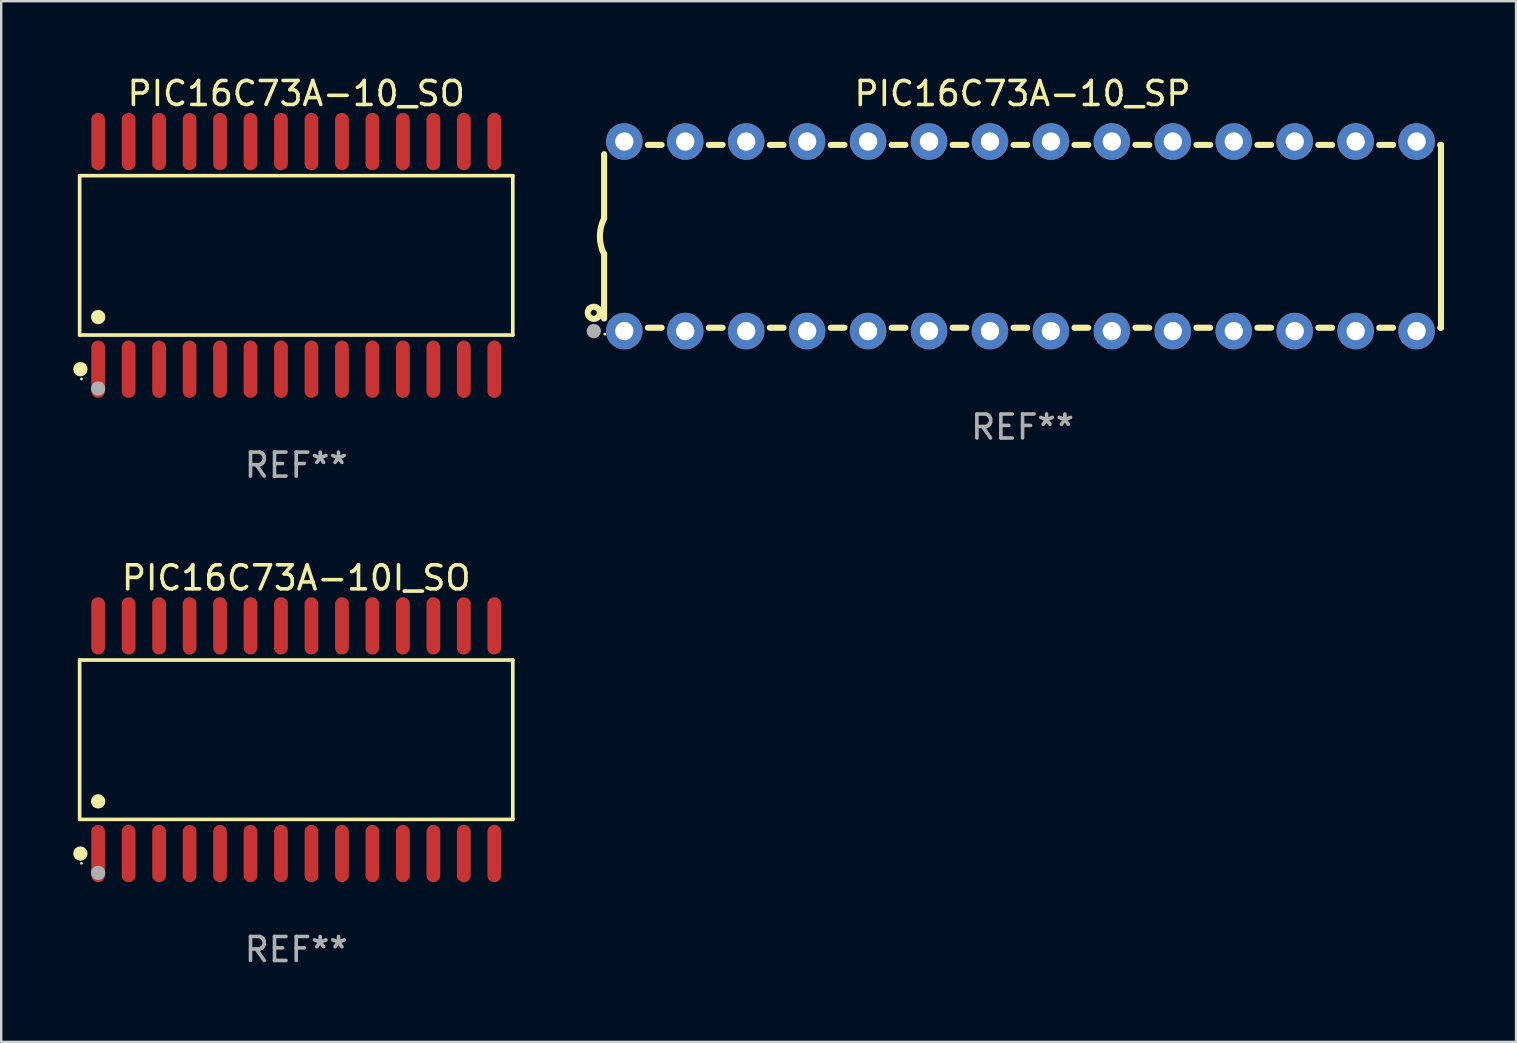
<source format=kicad_pcb>
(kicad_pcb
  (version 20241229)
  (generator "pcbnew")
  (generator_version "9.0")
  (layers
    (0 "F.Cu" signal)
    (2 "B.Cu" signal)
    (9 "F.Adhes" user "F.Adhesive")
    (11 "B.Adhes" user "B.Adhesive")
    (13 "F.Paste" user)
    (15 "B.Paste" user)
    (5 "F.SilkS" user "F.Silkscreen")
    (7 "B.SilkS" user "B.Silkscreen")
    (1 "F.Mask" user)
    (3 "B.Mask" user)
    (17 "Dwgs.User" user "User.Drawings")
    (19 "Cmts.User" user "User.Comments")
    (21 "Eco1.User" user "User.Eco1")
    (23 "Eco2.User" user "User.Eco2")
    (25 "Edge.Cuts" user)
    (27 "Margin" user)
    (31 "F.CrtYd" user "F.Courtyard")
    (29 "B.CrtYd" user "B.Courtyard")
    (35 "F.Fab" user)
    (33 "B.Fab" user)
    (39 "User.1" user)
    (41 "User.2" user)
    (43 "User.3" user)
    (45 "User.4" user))
  (footprint "PIC16C73A-10_SO"
    (layer "F.Cu")
    (at 9.295 7.592)
    (property "Reference" "PIC16C73A-10_SO" (at 0 -6.744 0) (layer "F.SilkS") (effects (font (size 1 1) (thickness 0.15))))
    (attr through_hole)
    (fp_line (start -9.026 -3.321) (end 9.026 -3.321) (stroke (width 0.152) (type solid)) (layer "F.SilkS"))
    (fp_line (start -9.026 3.321) (end -9.026 -3.321) (stroke (width 0.152) (type solid)) (layer "F.SilkS"))
    (fp_line (start 9.026 -3.321) (end 9.026 3.321) (stroke (width 0.152) (type solid)) (layer "F.SilkS"))
    (fp_line (start 9.026 3.321) (end -9.026 3.321) (stroke (width 0.152) (type solid)) (layer "F.SilkS"))
    (fp_circle (center -8.994 4.744) (end -8.844 4.744) (stroke (width 0.3) (type solid)) (fill no) (layer "F.SilkS"))
    (fp_circle (center -8.95 5.15) (end -8.92 5.15) (stroke (width 0.06) (type solid)) (fill no) (layer "F.SilkS"))
    (fp_circle (center -8.255 2.569) (end -8.105 2.569) (stroke (width 0.3) (type solid)) (fill no) (layer "F.SilkS"))
    (fp_circle (center -8.255 5.55) (end -8.105 5.55) (stroke (width 0.3) (type solid)) (fill no) (layer "F.Fab"))
    (fp_text user "REF**" (at 0 8.744 0) (layer "F.Fab") (effects (font (size 1 1) (thickness 0.15))))
    (pad "1" smd oval (at -8.255 4.744) (size 0.574 2.388) (layers "F.Cu" "F.Mask" "F.Paste"))
    (pad "2" smd oval (at -6.985 4.744) (size 0.574 2.388) (layers "F.Cu" "F.Mask" "F.Paste"))
    (pad "3" smd oval (at -5.715 4.744) (size 0.574 2.388) (layers "F.Cu" "F.Mask" "F.Paste"))
    (pad "4" smd oval (at -4.445 4.744) (size 0.574 2.388) (layers "F.Cu" "F.Mask" "F.Paste"))
    (pad "5" smd oval (at -3.175 4.744) (size 0.574 2.388) (layers "F.Cu" "F.Mask" "F.Paste"))
    (pad "6" smd oval (at -1.905 4.744) (size 0.574 2.388) (layers "F.Cu" "F.Mask" "F.Paste"))
    (pad "7" smd oval (at -0.635 4.744) (size 0.574 2.388) (layers "F.Cu" "F.Mask" "F.Paste"))
    (pad "8" smd oval (at 0.635 4.744) (size 0.574 2.388) (layers "F.Cu" "F.Mask" "F.Paste"))
    (pad "9" smd oval (at 1.905 4.744) (size 0.574 2.388) (layers "F.Cu" "F.Mask" "F.Paste"))
    (pad "10" smd oval (at 3.175 4.744) (size 0.574 2.388) (layers "F.Cu" "F.Mask" "F.Paste"))
    (pad "11" smd oval (at 4.445 4.744) (size 0.574 2.388) (layers "F.Cu" "F.Mask" "F.Paste"))
    (pad "12" smd oval (at 5.715 4.744) (size 0.574 2.388) (layers "F.Cu" "F.Mask" "F.Paste"))
    (pad "13" smd oval (at 6.985 4.744) (size 0.574 2.388) (layers "F.Cu" "F.Mask" "F.Paste"))
    (pad "14" smd oval (at 8.255 4.744) (size 0.574 2.388) (layers "F.Cu" "F.Mask" "F.Paste"))
    (pad "15" smd oval (at 8.255 -4.744) (size 0.574 2.388) (layers "F.Cu" "F.Mask" "F.Paste"))
    (pad "16" smd oval (at 6.985 -4.744) (size 0.574 2.388) (layers "F.Cu" "F.Mask" "F.Paste"))
    (pad "17" smd oval (at 5.715 -4.744) (size 0.574 2.388) (layers "F.Cu" "F.Mask" "F.Paste"))
    (pad "18" smd oval (at 4.445 -4.744) (size 0.574 2.388) (layers "F.Cu" "F.Mask" "F.Paste"))
    (pad "19" smd oval (at 3.175 -4.744) (size 0.574 2.388) (layers "F.Cu" "F.Mask" "F.Paste"))
    (pad "20" smd oval (at 1.905 -4.744) (size 0.574 2.388) (layers "F.Cu" "F.Mask" "F.Paste"))
    (pad "21" smd oval (at 0.635 -4.744) (size 0.574 2.388) (layers "F.Cu" "F.Mask" "F.Paste"))
    (pad "22" smd oval (at -0.635 -4.744) (size 0.574 2.388) (layers "F.Cu" "F.Mask" "F.Paste"))
    (pad "23" smd oval (at -1.905 -4.744) (size 0.574 2.388) (layers "F.Cu" "F.Mask" "F.Paste"))
    (pad "24" smd oval (at -3.175 -4.744) (size 0.574 2.388) (layers "F.Cu" "F.Mask" "F.Paste"))
    (pad "25" smd oval (at -4.445 -4.744) (size 0.574 2.388) (layers "F.Cu" "F.Mask" "F.Paste"))
    (pad "26" smd oval (at -5.715 -4.744) (size 0.574 2.388) (layers "F.Cu" "F.Mask" "F.Paste"))
    (pad "27" smd oval (at -6.985 -4.744) (size 0.574 2.388) (layers "F.Cu" "F.Mask" "F.Paste"))
    (pad "28" smd oval (at -8.255 -4.744) (size 0.574 2.388) (layers "F.Cu" "F.Mask" "F.Paste")))
  (footprint "PIC16C73A-10I_SO"
    (layer "F.Cu")
    (at 9.295 27.777)
    (property "Reference" "PIC16C73A-10I_SO" (at 0 -6.744 0) (layer "F.SilkS") (effects (font (size 1 1) (thickness 0.15))))
    (attr through_hole)
    (fp_line (start -9.026 -3.321) (end 9.026 -3.321) (stroke (width 0.152) (type solid)) (layer "F.SilkS"))
    (fp_line (start -9.026 3.321) (end -9.026 -3.321) (stroke (width 0.152) (type solid)) (layer "F.SilkS"))
    (fp_line (start 9.026 -3.321) (end 9.026 3.321) (stroke (width 0.152) (type solid)) (layer "F.SilkS"))
    (fp_line (start 9.026 3.321) (end -9.026 3.321) (stroke (width 0.152) (type solid)) (layer "F.SilkS"))
    (fp_circle (center -8.994 4.744) (end -8.844 4.744) (stroke (width 0.3) (type solid)) (fill no) (layer "F.SilkS"))
    (fp_circle (center -8.95 5.15) (end -8.92 5.15) (stroke (width 0.06) (type solid)) (fill no) (layer "F.SilkS"))
    (fp_circle (center -8.255 2.569) (end -8.105 2.569) (stroke (width 0.3) (type solid)) (fill no) (layer "F.SilkS"))
    (fp_circle (center -8.255 5.55) (end -8.105 5.55) (stroke (width 0.3) (type solid)) (fill no) (layer "F.Fab"))
    (fp_text user "REF**" (at 0 8.744 0) (layer "F.Fab") (effects (font (size 1 1) (thickness 0.15))))
    (pad "1" smd oval (at -8.255 4.744) (size 0.574 2.388) (layers "F.Cu" "F.Mask" "F.Paste"))
    (pad "2" smd oval (at -6.985 4.744) (size 0.574 2.388) (layers "F.Cu" "F.Mask" "F.Paste"))
    (pad "3" smd oval (at -5.715 4.744) (size 0.574 2.388) (layers "F.Cu" "F.Mask" "F.Paste"))
    (pad "4" smd oval (at -4.445 4.744) (size 0.574 2.388) (layers "F.Cu" "F.Mask" "F.Paste"))
    (pad "5" smd oval (at -3.175 4.744) (size 0.574 2.388) (layers "F.Cu" "F.Mask" "F.Paste"))
    (pad "6" smd oval (at -1.905 4.744) (size 0.574 2.388) (layers "F.Cu" "F.Mask" "F.Paste"))
    (pad "7" smd oval (at -0.635 4.744) (size 0.574 2.388) (layers "F.Cu" "F.Mask" "F.Paste"))
    (pad "8" smd oval (at 0.635 4.744) (size 0.574 2.388) (layers "F.Cu" "F.Mask" "F.Paste"))
    (pad "9" smd oval (at 1.905 4.744) (size 0.574 2.388) (layers "F.Cu" "F.Mask" "F.Paste"))
    (pad "10" smd oval (at 3.175 4.744) (size 0.574 2.388) (layers "F.Cu" "F.Mask" "F.Paste"))
    (pad "11" smd oval (at 4.445 4.744) (size 0.574 2.388) (layers "F.Cu" "F.Mask" "F.Paste"))
    (pad "12" smd oval (at 5.715 4.744) (size 0.574 2.388) (layers "F.Cu" "F.Mask" "F.Paste"))
    (pad "13" smd oval (at 6.985 4.744) (size 0.574 2.388) (layers "F.Cu" "F.Mask" "F.Paste"))
    (pad "14" smd oval (at 8.255 4.744) (size 0.574 2.388) (layers "F.Cu" "F.Mask" "F.Paste"))
    (pad "15" smd oval (at 8.255 -4.744) (size 0.574 2.388) (layers "F.Cu" "F.Mask" "F.Paste"))
    (pad "16" smd oval (at 6.985 -4.744) (size 0.574 2.388) (layers "F.Cu" "F.Mask" "F.Paste"))
    (pad "17" smd oval (at 5.715 -4.744) (size 0.574 2.388) (layers "F.Cu" "F.Mask" "F.Paste"))
    (pad "18" smd oval (at 4.445 -4.744) (size 0.574 2.388) (layers "F.Cu" "F.Mask" "F.Paste"))
    (pad "19" smd oval (at 3.175 -4.744) (size 0.574 2.388) (layers "F.Cu" "F.Mask" "F.Paste"))
    (pad "20" smd oval (at 1.905 -4.744) (size 0.574 2.388) (layers "F.Cu" "F.Mask" "F.Paste"))
    (pad "21" smd oval (at 0.635 -4.744) (size 0.574 2.388) (layers "F.Cu" "F.Mask" "F.Paste"))
    (pad "22" smd oval (at -0.635 -4.744) (size 0.574 2.388) (layers "F.Cu" "F.Mask" "F.Paste"))
    (pad "23" smd oval (at -1.905 -4.744) (size 0.574 2.388) (layers "F.Cu" "F.Mask" "F.Paste"))
    (pad "24" smd oval (at -3.175 -4.744) (size 0.574 2.388) (layers "F.Cu" "F.Mask" "F.Paste"))
    (pad "25" smd oval (at -4.445 -4.744) (size 0.574 2.388) (layers "F.Cu" "F.Mask" "F.Paste"))
    (pad "26" smd oval (at -5.715 -4.744) (size 0.574 2.388) (layers "F.Cu" "F.Mask" "F.Paste"))
    (pad "27" smd oval (at -6.985 -4.744) (size 0.574 2.388) (layers "F.Cu" "F.Mask" "F.Paste"))
    (pad "28" smd oval (at -8.255 -4.744) (size 0.574 2.388) (layers "F.Cu" "F.Mask" "F.Paste")))
  (footprint "PIC16C73A-10_SP"
    (layer "F.Cu")
    (at 39.565 6.798)
    (property "Reference" "PIC16C73A-10_SP" (at 0 -5.95 0) (layer "F.SilkS") (effects (font (size 1 1) (thickness 0.15))))
    (attr through_hole)
    (fp_line (start -17.438 0.75) (end -17.438 3.423) (stroke (width 0.254) (type solid)) (layer "F.SilkS"))
    (fp_line (start -17.438 -3.423) (end -17.438 -0.75) (stroke (width 0.254) (type solid)) (layer "F.SilkS"))
    (fp_line (start -15.615 3.81) (end -15.041 3.81) (stroke (width 0.254) (type solid)) (layer "F.SilkS"))
    (fp_line (start -15.041 -3.81) (end -15.614 -3.81) (stroke (width 0.254) (type solid)) (layer "F.SilkS"))
    (fp_line (start -13.075 3.81) (end -12.501 3.81) (stroke (width 0.254) (type solid)) (layer "F.SilkS"))
    (fp_line (start -12.501 -3.81) (end -13.074 -3.81) (stroke (width 0.254) (type solid)) (layer "F.SilkS"))
    (fp_line (start -10.535 3.81) (end -9.961 3.81) (stroke (width 0.254) (type solid)) (layer "F.SilkS"))
    (fp_line (start -9.961 -3.81) (end -10.534 -3.81) (stroke (width 0.254) (type solid)) (layer "F.SilkS"))
    (fp_line (start -7.995 3.81) (end -7.421 3.81) (stroke (width 0.254) (type solid)) (layer "F.SilkS"))
    (fp_line (start -7.421 -3.81) (end -7.995 -3.81) (stroke (width 0.254) (type solid)) (layer "F.SilkS"))
    (fp_line (start -5.455 3.81) (end -4.881 3.81) (stroke (width 0.254) (type solid)) (layer "F.SilkS"))
    (fp_line (start -4.881 -3.81) (end -5.455 -3.81) (stroke (width 0.254) (type solid)) (layer "F.SilkS"))
    (fp_line (start -2.915 3.81) (end -2.341 3.81) (stroke (width 0.254) (type solid)) (layer "F.SilkS"))
    (fp_line (start -2.341 -3.81) (end -2.915 -3.81) (stroke (width 0.254) (type solid)) (layer "F.SilkS"))
    (fp_line (start -0.375 3.81) (end 0.199 3.81) (stroke (width 0.254) (type solid)) (layer "F.SilkS"))
    (fp_line (start 0.199 -3.81) (end -0.375 -3.81) (stroke (width 0.254) (type solid)) (layer "F.SilkS"))
    (fp_line (start 2.165 3.81) (end 2.739 3.81) (stroke (width 0.254) (type solid)) (layer "F.SilkS"))
    (fp_line (start 2.739 -3.81) (end 2.165 -3.81) (stroke (width 0.254) (type solid)) (layer "F.SilkS"))
    (fp_line (start 4.705 3.81) (end 5.279 3.81) (stroke (width 0.254) (type solid)) (layer "F.SilkS"))
    (fp_line (start 5.279 -3.81) (end 4.705 -3.81) (stroke (width 0.254) (type solid)) (layer "F.SilkS"))
    (fp_line (start 7.245 3.81) (end 7.819 3.81) (stroke (width 0.254) (type solid)) (layer "F.SilkS"))
    (fp_line (start 7.819 -3.81) (end 7.245 -3.81) (stroke (width 0.254) (type solid)) (layer "F.SilkS"))
    (fp_line (start 9.785 3.81) (end 10.359 3.81) (stroke (width 0.254) (type solid)) (layer "F.SilkS"))
    (fp_line (start 10.359 -3.81) (end 9.785 -3.81) (stroke (width 0.254) (type solid)) (layer "F.SilkS"))
    (fp_line (start 12.325 3.81) (end 12.899 3.81) (stroke (width 0.254) (type solid)) (layer "F.SilkS"))
    (fp_line (start 12.899 -3.81) (end 12.325 -3.81) (stroke (width 0.254) (type solid)) (layer "F.SilkS"))
    (fp_line (start 14.865 3.81) (end 15.439 3.81) (stroke (width 0.254) (type solid)) (layer "F.SilkS"))
    (fp_line (start 15.439 -3.81) (end 14.865 -3.81) (stroke (width 0.254) (type solid)) (layer "F.SilkS"))
    (fp_line (start 17.405 3.81) (end 17.438 3.81) (stroke (width 0.254) (type solid)) (layer "F.SilkS"))
    (fp_line (start 17.438 -3.81) (end 17.405 -3.81) (stroke (width 0.254) (type solid)) (layer "F.SilkS"))
    (fp_line (start 17.438 -3.556) (end 17.438 -3.81) (stroke (width 0.254) (type solid)) (layer "F.SilkS"))
    (fp_line (start 17.438 3.81) (end 17.438 -3.556) (stroke (width 0.254) (type solid)) (layer "F.SilkS"))
    (fp_arc (start -17.437986 0.749657) (mid -17.614887 -0.000024) (end -17.437783 -0.749657) (stroke (width 0.254001) (type solid)) (layer "F.SilkS"))
    (fp_circle (center -17.868 3.188) (end -17.743 3.188) (stroke (width 0.254) (type solid)) (fill no) (layer "F.SilkS"))
    (fp_circle (center -17.411 4.077) (end -17.381 4.077) (stroke (width 0.06) (type solid)) (fill no) (layer "F.SilkS"))
    (fp_circle (center -17.868 3.95) (end -17.718 3.95) (stroke (width 0.3) (type solid)) (fill no) (layer "F.Fab"))
    (fp_text user "REF**" (at 0 7.95 0) (layer "F.Fab") (effects (font (size 1 1) (thickness 0.15))))
    (pad "1" thru_hole circle (at -16.598 3.95) (size 1.524 1.524) (drill 0.762) (layers "*.Cu" "*.Mask"))
    (pad "2" thru_hole circle (at -14.058 3.95) (size 1.524 1.524) (drill 0.762) (layers "*.Cu" "*.Mask"))
    (pad "3" thru_hole circle (at -11.518 3.95) (size 1.524 1.524) (drill 0.762) (layers "*.Cu" "*.Mask"))
    (pad "4" thru_hole circle (at -8.978 3.95) (size 1.524 1.524) (drill 0.762) (layers "*.Cu" "*.Mask"))
    (pad "5" thru_hole circle (at -6.438 3.95) (size 1.524 1.524) (drill 0.762) (layers "*.Cu" "*.Mask"))
    (pad "6" thru_hole circle (at -3.898 3.95) (size 1.524 1.524) (drill 0.762) (layers "*.Cu" "*.Mask"))
    (pad "7" thru_hole circle (at -1.358 3.95) (size 1.524 1.524) (drill 0.762) (layers "*.Cu" "*.Mask"))
    (pad "8" thru_hole circle (at 1.182 3.95) (size 1.524 1.524) (drill 0.762) (layers "*.Cu" "*.Mask"))
    (pad "9" thru_hole circle (at 3.722 3.95) (size 1.524 1.524) (drill 0.762) (layers "*.Cu" "*.Mask"))
    (pad "10" thru_hole circle (at 6.262 3.95) (size 1.524 1.524) (drill 0.762) (layers "*.Cu" "*.Mask"))
    (pad "11" thru_hole circle (at 8.802 3.95) (size 1.524 1.524) (drill 0.762) (layers "*.Cu" "*.Mask"))
    (pad "12" thru_hole circle (at 11.342 3.95) (size 1.524 1.524) (drill 0.762) (layers "*.Cu" "*.Mask"))
    (pad "13" thru_hole circle (at 13.882 3.95) (size 1.524 1.524) (drill 0.762) (layers "*.Cu" "*.Mask"))
    (pad "14" thru_hole circle (at 16.422 3.95) (size 1.524 1.524) (drill 0.762) (layers "*.Cu" "*.Mask"))
    (pad "15" thru_hole circle (at 16.422 -3.95) (size 1.524 1.524) (drill 0.762) (layers "*.Cu" "*.Mask"))
    (pad "16" thru_hole circle (at 13.882 -3.95) (size 1.524 1.524) (drill 0.762) (layers "*.Cu" "*.Mask"))
    (pad "17" thru_hole circle (at 11.342 -3.95) (size 1.524 1.524) (drill 0.762) (layers "*.Cu" "*.Mask"))
    (pad "18" thru_hole circle (at 8.802 -3.95) (size 1.524 1.524) (drill 0.762) (layers "*.Cu" "*.Mask"))
    (pad "19" thru_hole circle (at 6.262 -3.95) (size 1.524 1.524) (drill 0.762) (layers "*.Cu" "*.Mask"))
    (pad "20" thru_hole circle (at 3.722 -3.95) (size 1.524 1.524) (drill 0.762) (layers "*.Cu" "*.Mask"))
    (pad "21" thru_hole circle (at 1.182 -3.95) (size 1.524 1.524) (drill 0.762) (layers "*.Cu" "*.Mask"))
    (pad "22" thru_hole circle (at -1.358 -3.95) (size 1.524 1.524) (drill 0.762) (layers "*.Cu" "*.Mask"))
    (pad "23" thru_hole circle (at -3.898 -3.95) (size 1.524 1.524) (drill 0.762) (layers "*.Cu" "*.Mask"))
    (pad "24" thru_hole circle (at -6.438 -3.95) (size 1.524 1.524) (drill 0.762) (layers "*.Cu" "*.Mask"))
    (pad "25" thru_hole circle (at -8.978 -3.95) (size 1.524 1.524) (drill 0.762) (layers "*.Cu" "*.Mask"))
    (pad "26" thru_hole circle (at -11.517 -3.95) (size 1.524 1.524) (drill 0.762) (layers "*.Cu" "*.Mask"))
    (pad "27" thru_hole circle (at -14.057 -3.95) (size 1.524 1.524) (drill 0.762) (layers "*.Cu" "*.Mask"))
    (pad "28" thru_hole circle (at -16.597 -3.95) (size 1.524 1.524) (drill 0.762) (layers "*.Cu" "*.Mask")))
  (gr_rect
    (start -3 -3)
    (end 60.13 40.369)
    (stroke (width 0.1) (type default))
    (fill no)
    (layer "Edge.Cuts")))
</source>
